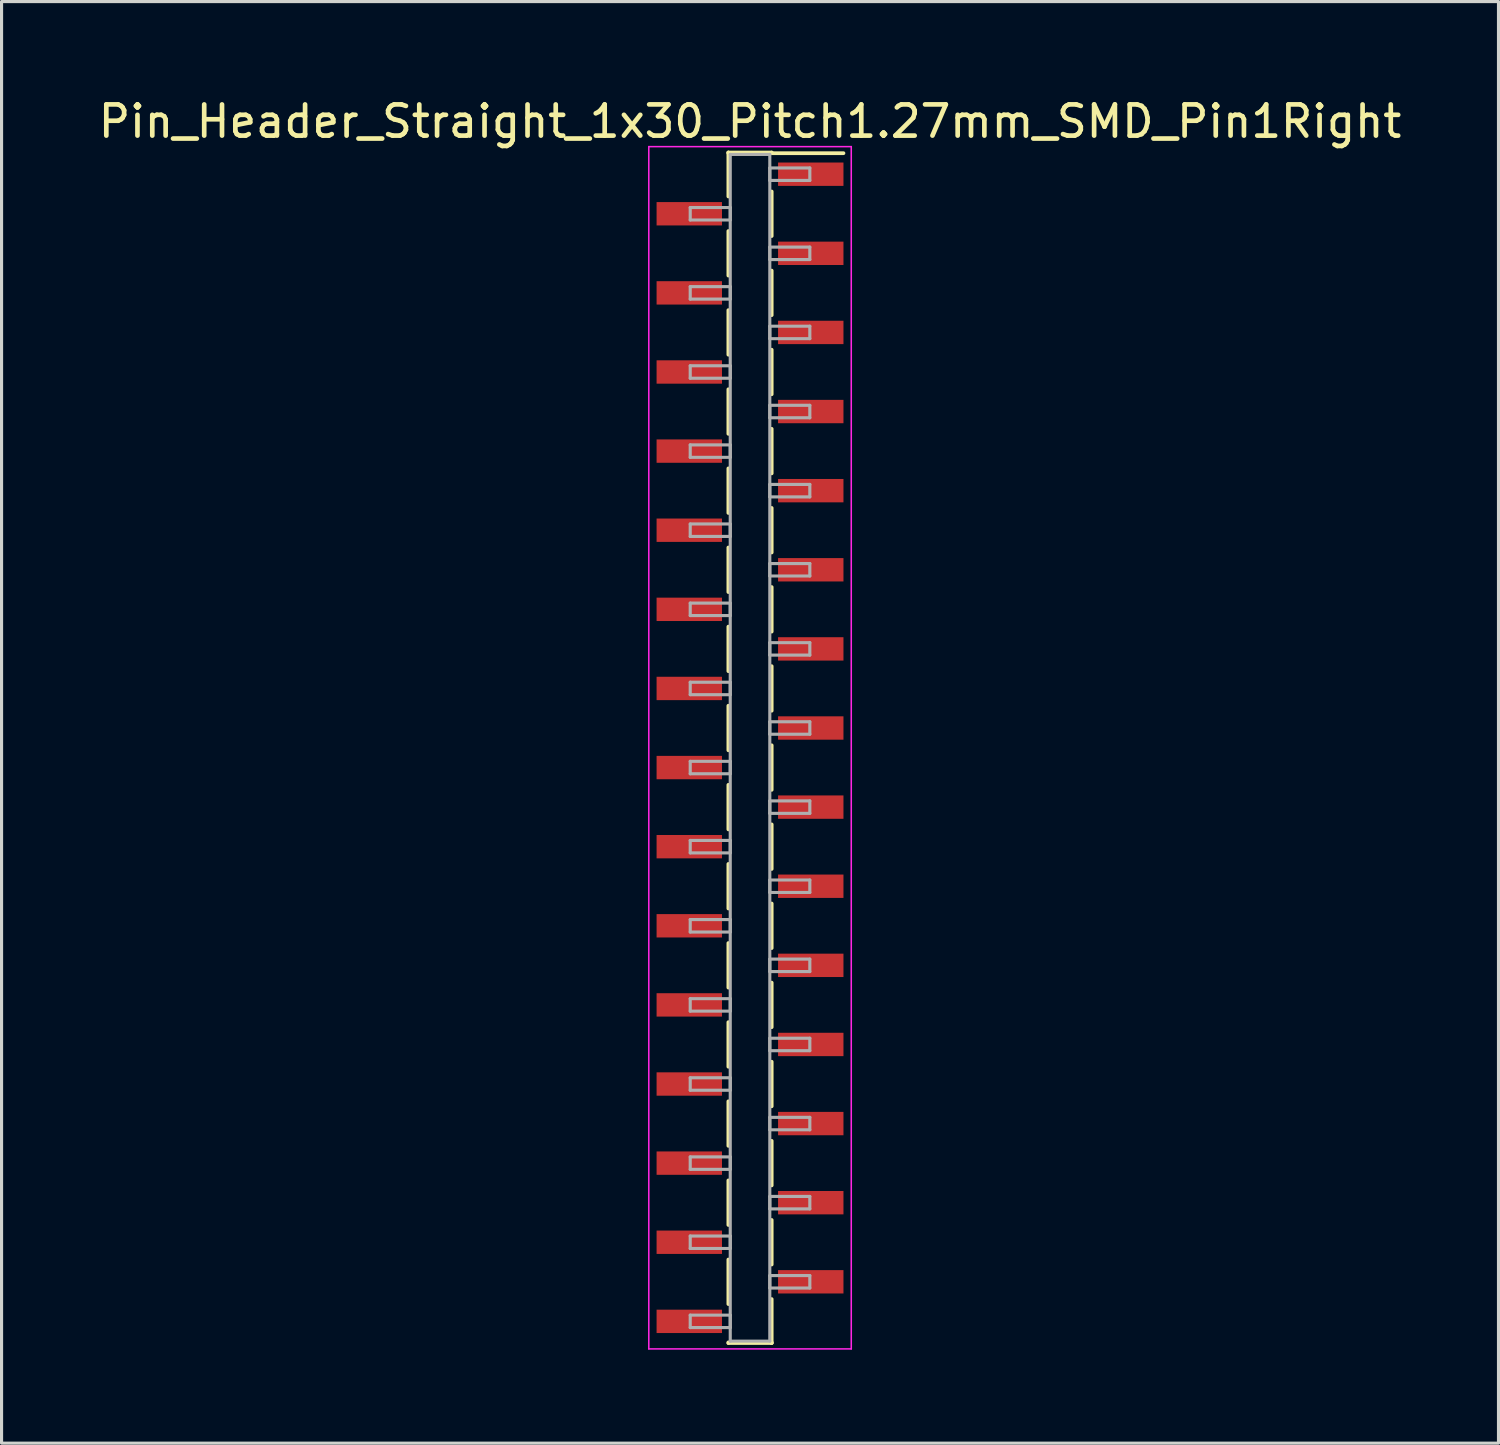
<source format=kicad_pcb>
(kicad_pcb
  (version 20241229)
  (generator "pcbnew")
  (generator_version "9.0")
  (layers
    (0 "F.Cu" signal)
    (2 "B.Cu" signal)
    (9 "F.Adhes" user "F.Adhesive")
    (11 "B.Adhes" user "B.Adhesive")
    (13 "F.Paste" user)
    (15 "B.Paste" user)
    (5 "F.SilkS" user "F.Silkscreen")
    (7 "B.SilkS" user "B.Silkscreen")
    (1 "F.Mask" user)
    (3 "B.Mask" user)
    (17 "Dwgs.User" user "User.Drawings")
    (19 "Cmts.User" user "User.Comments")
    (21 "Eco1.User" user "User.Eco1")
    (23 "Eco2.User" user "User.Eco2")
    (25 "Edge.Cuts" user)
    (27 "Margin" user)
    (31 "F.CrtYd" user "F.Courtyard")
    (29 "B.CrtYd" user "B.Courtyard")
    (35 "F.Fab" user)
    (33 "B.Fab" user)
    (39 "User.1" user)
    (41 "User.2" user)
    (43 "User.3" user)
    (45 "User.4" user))
  (footprint "Pin_Header_Straight_1x30_Pitch1.27mm_SMD_Pin1Right"
    (layer "F.Cu")
    (at 21.03 20.958)
    (property "Reference" "Pin_Header_Straight_1x30_Pitch1.27mm_SMD_Pin1Right" (at 0 -20.11 0) (layer "F.SilkS") (effects (font (size 1 1) (thickness 0.15))))
    (attr smd)
    (fp_line (start -0.695 -19.11) (end -0.695 -17.7) (stroke (width 0.12) (type solid)) (layer "F.SilkS"))
    (fp_line (start -0.695 -19.11) (end 0.695 -19.11) (stroke (width 0.12) (type solid)) (layer "F.SilkS"))
    (fp_line (start -0.695 -19.09) (end -0.695 -19.11) (stroke (width 0.12) (type solid)) (layer "F.SilkS"))
    (fp_line (start -0.695 -16.59) (end -0.695 -15.16) (stroke (width 0.12) (type solid)) (layer "F.SilkS"))
    (fp_line (start -0.695 -14.05) (end -0.695 -12.62) (stroke (width 0.12) (type solid)) (layer "F.SilkS"))
    (fp_line (start -0.695 -11.51) (end -0.695 -10.08) (stroke (width 0.12) (type solid)) (layer "F.SilkS"))
    (fp_line (start -0.695 -8.97) (end -0.695 -7.54) (stroke (width 0.12) (type solid)) (layer "F.SilkS"))
    (fp_line (start -0.695 -6.43) (end -0.695 -5) (stroke (width 0.12) (type solid)) (layer "F.SilkS"))
    (fp_line (start -0.695 -3.89) (end -0.695 -2.46) (stroke (width 0.12) (type solid)) (layer "F.SilkS"))
    (fp_line (start -0.695 -1.35) (end -0.695 0.08) (stroke (width 0.12) (type solid)) (layer "F.SilkS"))
    (fp_line (start -0.695 1.19) (end -0.695 2.62) (stroke (width 0.12) (type solid)) (layer "F.SilkS"))
    (fp_line (start -0.695 3.73) (end -0.695 5.16) (stroke (width 0.12) (type solid)) (layer "F.SilkS"))
    (fp_line (start -0.695 6.27) (end -0.695 7.7) (stroke (width 0.12) (type solid)) (layer "F.SilkS"))
    (fp_line (start -0.695 8.81) (end -0.695 10.24) (stroke (width 0.12) (type solid)) (layer "F.SilkS"))
    (fp_line (start -0.695 11.35) (end -0.695 12.78) (stroke (width 0.12) (type solid)) (layer "F.SilkS"))
    (fp_line (start -0.695 13.89) (end -0.695 15.32) (stroke (width 0.12) (type solid)) (layer "F.SilkS"))
    (fp_line (start -0.695 16.43) (end -0.695 17.86) (stroke (width 0.12) (type solid)) (layer "F.SilkS"))
    (fp_line (start -0.695 19.09) (end -0.695 19.11) (stroke (width 0.12) (type solid)) (layer "F.SilkS"))
    (fp_line (start -0.695 19.11) (end 0.695 19.11) (stroke (width 0.12) (type solid)) (layer "F.SilkS"))
    (fp_line (start 0.695 -19.11) (end 0.695 -19.09) (stroke (width 0.12) (type solid)) (layer "F.SilkS"))
    (fp_line (start 0.695 -19.09) (end 3 -19.09) (stroke (width 0.12) (type solid)) (layer "F.SilkS"))
    (fp_line (start 0.695 -17.86) (end 0.695 -16.43) (stroke (width 0.12) (type solid)) (layer "F.SilkS"))
    (fp_line (start 0.695 -15.32) (end 0.695 -13.89) (stroke (width 0.12) (type solid)) (layer "F.SilkS"))
    (fp_line (start 0.695 -12.78) (end 0.695 -11.35) (stroke (width 0.12) (type solid)) (layer "F.SilkS"))
    (fp_line (start 0.695 -10.24) (end 0.695 -8.81) (stroke (width 0.12) (type solid)) (layer "F.SilkS"))
    (fp_line (start 0.695 -7.7) (end 0.695 -6.27) (stroke (width 0.12) (type solid)) (layer "F.SilkS"))
    (fp_line (start 0.695 -5.16) (end 0.695 -3.73) (stroke (width 0.12) (type solid)) (layer "F.SilkS"))
    (fp_line (start 0.695 -2.62) (end 0.695 -1.19) (stroke (width 0.12) (type solid)) (layer "F.SilkS"))
    (fp_line (start 0.695 -0.08) (end 0.695 1.35) (stroke (width 0.12) (type solid)) (layer "F.SilkS"))
    (fp_line (start 0.695 2.46) (end 0.695 3.89) (stroke (width 0.12) (type solid)) (layer "F.SilkS"))
    (fp_line (start 0.695 5) (end 0.695 6.43) (stroke (width 0.12) (type solid)) (layer "F.SilkS"))
    (fp_line (start 0.695 7.54) (end 0.695 8.97) (stroke (width 0.12) (type solid)) (layer "F.SilkS"))
    (fp_line (start 0.695 10.08) (end 0.695 11.51) (stroke (width 0.12) (type solid)) (layer "F.SilkS"))
    (fp_line (start 0.695 12.62) (end 0.695 14.05) (stroke (width 0.12) (type solid)) (layer "F.SilkS"))
    (fp_line (start 0.695 15.16) (end 0.695 16.59) (stroke (width 0.12) (type solid)) (layer "F.SilkS"))
    (fp_line (start 0.695 17.7) (end 0.695 19.11) (stroke (width 0.12) (type solid)) (layer "F.SilkS"))
    (fp_line (start 0.695 19.11) (end 0.695 19.09) (stroke (width 0.12) (type solid)) (layer "F.SilkS"))
    (fp_line (start -3.25 -19.3) (end -3.25 19.3) (stroke (width 0.05) (type solid)) (layer "F.CrtYd"))
    (fp_line (start -3.25 19.3) (end 3.25 19.3) (stroke (width 0.05) (type solid)) (layer "F.CrtYd"))
    (fp_line (start 3.25 -19.3) (end -3.25 -19.3) (stroke (width 0.05) (type solid)) (layer "F.CrtYd"))
    (fp_line (start 3.25 19.3) (end 3.25 -19.3) (stroke (width 0.05) (type solid)) (layer "F.CrtYd"))
    (fp_line (start -1.92 -17.345) (end -0.635 -17.345) (stroke (width 0.1) (type solid)) (layer "F.Fab"))
    (fp_line (start -1.92 -16.945) (end -1.92 -17.345) (stroke (width 0.1) (type solid)) (layer "F.Fab"))
    (fp_line (start -1.92 -14.805) (end -0.635 -14.805) (stroke (width 0.1) (type solid)) (layer "F.Fab"))
    (fp_line (start -1.92 -14.405) (end -1.92 -14.805) (stroke (width 0.1) (type solid)) (layer "F.Fab"))
    (fp_line (start -1.92 -12.265) (end -0.635 -12.265) (stroke (width 0.1) (type solid)) (layer "F.Fab"))
    (fp_line (start -1.92 -11.865) (end -1.92 -12.265) (stroke (width 0.1) (type solid)) (layer "F.Fab"))
    (fp_line (start -1.92 -9.725) (end -0.635 -9.725) (stroke (width 0.1) (type solid)) (layer "F.Fab"))
    (fp_line (start -1.92 -9.325) (end -1.92 -9.725) (stroke (width 0.1) (type solid)) (layer "F.Fab"))
    (fp_line (start -1.92 -7.185) (end -0.635 -7.185) (stroke (width 0.1) (type solid)) (layer "F.Fab"))
    (fp_line (start -1.92 -6.785) (end -1.92 -7.185) (stroke (width 0.1) (type solid)) (layer "F.Fab"))
    (fp_line (start -1.92 -4.645) (end -0.635 -4.645) (stroke (width 0.1) (type solid)) (layer "F.Fab"))
    (fp_line (start -1.92 -4.245) (end -1.92 -4.645) (stroke (width 0.1) (type solid)) (layer "F.Fab"))
    (fp_line (start -1.92 -2.105) (end -0.635 -2.105) (stroke (width 0.1) (type solid)) (layer "F.Fab"))
    (fp_line (start -1.92 -1.705) (end -1.92 -2.105) (stroke (width 0.1) (type solid)) (layer "F.Fab"))
    (fp_line (start -1.92 0.435) (end -0.635 0.435) (stroke (width 0.1) (type solid)) (layer "F.Fab"))
    (fp_line (start -1.92 0.835) (end -1.92 0.435) (stroke (width 0.1) (type solid)) (layer "F.Fab"))
    (fp_line (start -1.92 2.975) (end -0.635 2.975) (stroke (width 0.1) (type solid)) (layer "F.Fab"))
    (fp_line (start -1.92 3.375) (end -1.92 2.975) (stroke (width 0.1) (type solid)) (layer "F.Fab"))
    (fp_line (start -1.92 5.515) (end -0.635 5.515) (stroke (width 0.1) (type solid)) (layer "F.Fab"))
    (fp_line (start -1.92 5.915) (end -1.92 5.515) (stroke (width 0.1) (type solid)) (layer "F.Fab"))
    (fp_line (start -1.92 8.055) (end -0.635 8.055) (stroke (width 0.1) (type solid)) (layer "F.Fab"))
    (fp_line (start -1.92 8.455) (end -1.92 8.055) (stroke (width 0.1) (type solid)) (layer "F.Fab"))
    (fp_line (start -1.92 10.595) (end -0.635 10.595) (stroke (width 0.1) (type solid)) (layer "F.Fab"))
    (fp_line (start -1.92 10.995) (end -1.92 10.595) (stroke (width 0.1) (type solid)) (layer "F.Fab"))
    (fp_line (start -1.92 13.135) (end -0.635 13.135) (stroke (width 0.1) (type solid)) (layer "F.Fab"))
    (fp_line (start -1.92 13.535) (end -1.92 13.135) (stroke (width 0.1) (type solid)) (layer "F.Fab"))
    (fp_line (start -1.92 15.675) (end -0.635 15.675) (stroke (width 0.1) (type solid)) (layer "F.Fab"))
    (fp_line (start -1.92 16.075) (end -1.92 15.675) (stroke (width 0.1) (type solid)) (layer "F.Fab"))
    (fp_line (start -1.92 18.215) (end -0.635 18.215) (stroke (width 0.1) (type solid)) (layer "F.Fab"))
    (fp_line (start -1.92 18.615) (end -1.92 18.215) (stroke (width 0.1) (type solid)) (layer "F.Fab"))
    (fp_line (start -0.635 -19.05) (end -0.635 19.05) (stroke (width 0.1) (type solid)) (layer "F.Fab"))
    (fp_line (start -0.635 -17.345) (end -0.635 -16.945) (stroke (width 0.1) (type solid)) (layer "F.Fab"))
    (fp_line (start -0.635 -16.945) (end -1.92 -16.945) (stroke (width 0.1) (type solid)) (layer "F.Fab"))
    (fp_line (start -0.635 -14.805) (end -0.635 -14.405) (stroke (width 0.1) (type solid)) (layer "F.Fab"))
    (fp_line (start -0.635 -14.405) (end -1.92 -14.405) (stroke (width 0.1) (type solid)) (layer "F.Fab"))
    (fp_line (start -0.635 -12.265) (end -0.635 -11.865) (stroke (width 0.1) (type solid)) (layer "F.Fab"))
    (fp_line (start -0.635 -11.865) (end -1.92 -11.865) (stroke (width 0.1) (type solid)) (layer "F.Fab"))
    (fp_line (start -0.635 -9.725) (end -0.635 -9.325) (stroke (width 0.1) (type solid)) (layer "F.Fab"))
    (fp_line (start -0.635 -9.325) (end -1.92 -9.325) (stroke (width 0.1) (type solid)) (layer "F.Fab"))
    (fp_line (start -0.635 -7.185) (end -0.635 -6.785) (stroke (width 0.1) (type solid)) (layer "F.Fab"))
    (fp_line (start -0.635 -6.785) (end -1.92 -6.785) (stroke (width 0.1) (type solid)) (layer "F.Fab"))
    (fp_line (start -0.635 -4.645) (end -0.635 -4.245) (stroke (width 0.1) (type solid)) (layer "F.Fab"))
    (fp_line (start -0.635 -4.245) (end -1.92 -4.245) (stroke (width 0.1) (type solid)) (layer "F.Fab"))
    (fp_line (start -0.635 -2.105) (end -0.635 -1.705) (stroke (width 0.1) (type solid)) (layer "F.Fab"))
    (fp_line (start -0.635 -1.705) (end -1.92 -1.705) (stroke (width 0.1) (type solid)) (layer "F.Fab"))
    (fp_line (start -0.635 0.435) (end -0.635 0.835) (stroke (width 0.1) (type solid)) (layer "F.Fab"))
    (fp_line (start -0.635 0.835) (end -1.92 0.835) (stroke (width 0.1) (type solid)) (layer "F.Fab"))
    (fp_line (start -0.635 2.975) (end -0.635 3.375) (stroke (width 0.1) (type solid)) (layer "F.Fab"))
    (fp_line (start -0.635 3.375) (end -1.92 3.375) (stroke (width 0.1) (type solid)) (layer "F.Fab"))
    (fp_line (start -0.635 5.515) (end -0.635 5.915) (stroke (width 0.1) (type solid)) (layer "F.Fab"))
    (fp_line (start -0.635 5.915) (end -1.92 5.915) (stroke (width 0.1) (type solid)) (layer "F.Fab"))
    (fp_line (start -0.635 8.055) (end -0.635 8.455) (stroke (width 0.1) (type solid)) (layer "F.Fab"))
    (fp_line (start -0.635 8.455) (end -1.92 8.455) (stroke (width 0.1) (type solid)) (layer "F.Fab"))
    (fp_line (start -0.635 10.595) (end -0.635 10.995) (stroke (width 0.1) (type solid)) (layer "F.Fab"))
    (fp_line (start -0.635 10.995) (end -1.92 10.995) (stroke (width 0.1) (type solid)) (layer "F.Fab"))
    (fp_line (start -0.635 13.135) (end -0.635 13.535) (stroke (width 0.1) (type solid)) (layer "F.Fab"))
    (fp_line (start -0.635 13.535) (end -1.92 13.535) (stroke (width 0.1) (type solid)) (layer "F.Fab"))
    (fp_line (start -0.635 15.675) (end -0.635 16.075) (stroke (width 0.1) (type solid)) (layer "F.Fab"))
    (fp_line (start -0.635 16.075) (end -1.92 16.075) (stroke (width 0.1) (type solid)) (layer "F.Fab"))
    (fp_line (start -0.635 18.215) (end -0.635 18.615) (stroke (width 0.1) (type solid)) (layer "F.Fab"))
    (fp_line (start -0.635 18.615) (end -1.92 18.615) (stroke (width 0.1) (type solid)) (layer "F.Fab"))
    (fp_line (start -0.635 19.05) (end 0.635 19.05) (stroke (width 0.1) (type solid)) (layer "F.Fab"))
    (fp_line (start 0.635 -19.05) (end -0.635 -19.05) (stroke (width 0.1) (type solid)) (layer "F.Fab"))
    (fp_line (start 0.635 -18.615) (end 0.635 -18.215) (stroke (width 0.1) (type solid)) (layer "F.Fab"))
    (fp_line (start 0.635 -18.215) (end 1.92 -18.215) (stroke (width 0.1) (type solid)) (layer "F.Fab"))
    (fp_line (start 0.635 -16.075) (end 0.635 -15.675) (stroke (width 0.1) (type solid)) (layer "F.Fab"))
    (fp_line (start 0.635 -15.675) (end 1.92 -15.675) (stroke (width 0.1) (type solid)) (layer "F.Fab"))
    (fp_line (start 0.635 -13.535) (end 0.635 -13.135) (stroke (width 0.1) (type solid)) (layer "F.Fab"))
    (fp_line (start 0.635 -13.135) (end 1.92 -13.135) (stroke (width 0.1) (type solid)) (layer "F.Fab"))
    (fp_line (start 0.635 -10.995) (end 0.635 -10.595) (stroke (width 0.1) (type solid)) (layer "F.Fab"))
    (fp_line (start 0.635 -10.595) (end 1.92 -10.595) (stroke (width 0.1) (type solid)) (layer "F.Fab"))
    (fp_line (start 0.635 -8.455) (end 0.635 -8.055) (stroke (width 0.1) (type solid)) (layer "F.Fab"))
    (fp_line (start 0.635 -8.055) (end 1.92 -8.055) (stroke (width 0.1) (type solid)) (layer "F.Fab"))
    (fp_line (start 0.635 -5.915) (end 0.635 -5.515) (stroke (width 0.1) (type solid)) (layer "F.Fab"))
    (fp_line (start 0.635 -5.515) (end 1.92 -5.515) (stroke (width 0.1) (type solid)) (layer "F.Fab"))
    (fp_line (start 0.635 -3.375) (end 0.635 -2.975) (stroke (width 0.1) (type solid)) (layer "F.Fab"))
    (fp_line (start 0.635 -2.975) (end 1.92 -2.975) (stroke (width 0.1) (type solid)) (layer "F.Fab"))
    (fp_line (start 0.635 -0.835) (end 0.635 -0.435) (stroke (width 0.1) (type solid)) (layer "F.Fab"))
    (fp_line (start 0.635 -0.435) (end 1.92 -0.435) (stroke (width 0.1) (type solid)) (layer "F.Fab"))
    (fp_line (start 0.635 1.705) (end 0.635 2.105) (stroke (width 0.1) (type solid)) (layer "F.Fab"))
    (fp_line (start 0.635 2.105) (end 1.92 2.105) (stroke (width 0.1) (type solid)) (layer "F.Fab"))
    (fp_line (start 0.635 4.245) (end 0.635 4.645) (stroke (width 0.1) (type solid)) (layer "F.Fab"))
    (fp_line (start 0.635 4.645) (end 1.92 4.645) (stroke (width 0.1) (type solid)) (layer "F.Fab"))
    (fp_line (start 0.635 6.785) (end 0.635 7.185) (stroke (width 0.1) (type solid)) (layer "F.Fab"))
    (fp_line (start 0.635 7.185) (end 1.92 7.185) (stroke (width 0.1) (type solid)) (layer "F.Fab"))
    (fp_line (start 0.635 9.325) (end 0.635 9.725) (stroke (width 0.1) (type solid)) (layer "F.Fab"))
    (fp_line (start 0.635 9.725) (end 1.92 9.725) (stroke (width 0.1) (type solid)) (layer "F.Fab"))
    (fp_line (start 0.635 11.865) (end 0.635 12.265) (stroke (width 0.1) (type solid)) (layer "F.Fab"))
    (fp_line (start 0.635 12.265) (end 1.92 12.265) (stroke (width 0.1) (type solid)) (layer "F.Fab"))
    (fp_line (start 0.635 14.405) (end 0.635 14.805) (stroke (width 0.1) (type solid)) (layer "F.Fab"))
    (fp_line (start 0.635 14.805) (end 1.92 14.805) (stroke (width 0.1) (type solid)) (layer "F.Fab"))
    (fp_line (start 0.635 16.945) (end 0.635 17.345) (stroke (width 0.1) (type solid)) (layer "F.Fab"))
    (fp_line (start 0.635 17.345) (end 1.92 17.345) (stroke (width 0.1) (type solid)) (layer "F.Fab"))
    (fp_line (start 0.635 19.05) (end 0.635 -19.05) (stroke (width 0.1) (type solid)) (layer "F.Fab"))
    (fp_line (start 1.92 -18.615) (end 0.635 -18.615) (stroke (width 0.1) (type solid)) (layer "F.Fab"))
    (fp_line (start 1.92 -18.215) (end 1.92 -18.615) (stroke (width 0.1) (type solid)) (layer "F.Fab"))
    (fp_line (start 1.92 -16.075) (end 0.635 -16.075) (stroke (width 0.1) (type solid)) (layer "F.Fab"))
    (fp_line (start 1.92 -15.675) (end 1.92 -16.075) (stroke (width 0.1) (type solid)) (layer "F.Fab"))
    (fp_line (start 1.92 -13.535) (end 0.635 -13.535) (stroke (width 0.1) (type solid)) (layer "F.Fab"))
    (fp_line (start 1.92 -13.135) (end 1.92 -13.535) (stroke (width 0.1) (type solid)) (layer "F.Fab"))
    (fp_line (start 1.92 -10.995) (end 0.635 -10.995) (stroke (width 0.1) (type solid)) (layer "F.Fab"))
    (fp_line (start 1.92 -10.595) (end 1.92 -10.995) (stroke (width 0.1) (type solid)) (layer "F.Fab"))
    (fp_line (start 1.92 -8.455) (end 0.635 -8.455) (stroke (width 0.1) (type solid)) (layer "F.Fab"))
    (fp_line (start 1.92 -8.055) (end 1.92 -8.455) (stroke (width 0.1) (type solid)) (layer "F.Fab"))
    (fp_line (start 1.92 -5.915) (end 0.635 -5.915) (stroke (width 0.1) (type solid)) (layer "F.Fab"))
    (fp_line (start 1.92 -5.515) (end 1.92 -5.915) (stroke (width 0.1) (type solid)) (layer "F.Fab"))
    (fp_line (start 1.92 -3.375) (end 0.635 -3.375) (stroke (width 0.1) (type solid)) (layer "F.Fab"))
    (fp_line (start 1.92 -2.975) (end 1.92 -3.375) (stroke (width 0.1) (type solid)) (layer "F.Fab"))
    (fp_line (start 1.92 -0.835) (end 0.635 -0.835) (stroke (width 0.1) (type solid)) (layer "F.Fab"))
    (fp_line (start 1.92 -0.435) (end 1.92 -0.835) (stroke (width 0.1) (type solid)) (layer "F.Fab"))
    (fp_line (start 1.92 1.705) (end 0.635 1.705) (stroke (width 0.1) (type solid)) (layer "F.Fab"))
    (fp_line (start 1.92 2.105) (end 1.92 1.705) (stroke (width 0.1) (type solid)) (layer "F.Fab"))
    (fp_line (start 1.92 4.245) (end 0.635 4.245) (stroke (width 0.1) (type solid)) (layer "F.Fab"))
    (fp_line (start 1.92 4.645) (end 1.92 4.245) (stroke (width 0.1) (type solid)) (layer "F.Fab"))
    (fp_line (start 1.92 6.785) (end 0.635 6.785) (stroke (width 0.1) (type solid)) (layer "F.Fab"))
    (fp_line (start 1.92 7.185) (end 1.92 6.785) (stroke (width 0.1) (type solid)) (layer "F.Fab"))
    (fp_line (start 1.92 9.325) (end 0.635 9.325) (stroke (width 0.1) (type solid)) (layer "F.Fab"))
    (fp_line (start 1.92 9.725) (end 1.92 9.325) (stroke (width 0.1) (type solid)) (layer "F.Fab"))
    (fp_line (start 1.92 11.865) (end 0.635 11.865) (stroke (width 0.1) (type solid)) (layer "F.Fab"))
    (fp_line (start 1.92 12.265) (end 1.92 11.865) (stroke (width 0.1) (type solid)) (layer "F.Fab"))
    (fp_line (start 1.92 14.405) (end 0.635 14.405) (stroke (width 0.1) (type solid)) (layer "F.Fab"))
    (fp_line (start 1.92 14.805) (end 1.92 14.405) (stroke (width 0.1) (type solid)) (layer "F.Fab"))
    (fp_line (start 1.92 16.945) (end 0.635 16.945) (stroke (width 0.1) (type solid)) (layer "F.Fab"))
    (fp_line (start 1.92 17.345) (end 1.92 16.945) (stroke (width 0.1) (type solid)) (layer "F.Fab"))
    (pad "1" smd rect (at 1.95 -18.415) (size 2.1 0.75) (layers "F.Cu" "F.Mask"))
    (pad "2" smd rect (at -1.95 -17.145) (size 2.1 0.75) (layers "F.Cu" "F.Mask"))
    (pad "3" smd rect (at 1.95 -15.875) (size 2.1 0.75) (layers "F.Cu" "F.Mask"))
    (pad "4" smd rect (at -1.95 -14.605) (size 2.1 0.75) (layers "F.Cu" "F.Mask"))
    (pad "5" smd rect (at 1.95 -13.335) (size 2.1 0.75) (layers "F.Cu" "F.Mask"))
    (pad "6" smd rect (at -1.95 -12.065) (size 2.1 0.75) (layers "F.Cu" "F.Mask"))
    (pad "7" smd rect (at 1.95 -10.795) (size 2.1 0.75) (layers "F.Cu" "F.Mask"))
    (pad "8" smd rect (at -1.95 -9.525) (size 2.1 0.75) (layers "F.Cu" "F.Mask"))
    (pad "9" smd rect (at 1.95 -8.255) (size 2.1 0.75) (layers "F.Cu" "F.Mask"))
    (pad "10" smd rect (at -1.95 -6.985) (size 2.1 0.75) (layers "F.Cu" "F.Mask"))
    (pad "11" smd rect (at 1.95 -5.715) (size 2.1 0.75) (layers "F.Cu" "F.Mask"))
    (pad "12" smd rect (at -1.95 -4.445) (size 2.1 0.75) (layers "F.Cu" "F.Mask"))
    (pad "13" smd rect (at 1.95 -3.175) (size 2.1 0.75) (layers "F.Cu" "F.Mask"))
    (pad "14" smd rect (at -1.95 -1.905) (size 2.1 0.75) (layers "F.Cu" "F.Mask"))
    (pad "15" smd rect (at 1.95 -0.635) (size 2.1 0.75) (layers "F.Cu" "F.Mask"))
    (pad "16" smd rect (at -1.95 0.635) (size 2.1 0.75) (layers "F.Cu" "F.Mask"))
    (pad "17" smd rect (at 1.95 1.905) (size 2.1 0.75) (layers "F.Cu" "F.Mask"))
    (pad "18" smd rect (at -1.95 3.175) (size 2.1 0.75) (layers "F.Cu" "F.Mask"))
    (pad "19" smd rect (at 1.95 4.445) (size 2.1 0.75) (layers "F.Cu" "F.Mask"))
    (pad "20" smd rect (at -1.95 5.715) (size 2.1 0.75) (layers "F.Cu" "F.Mask"))
    (pad "21" smd rect (at 1.95 6.985) (size 2.1 0.75) (layers "F.Cu" "F.Mask"))
    (pad "22" smd rect (at -1.95 8.255) (size 2.1 0.75) (layers "F.Cu" "F.Mask"))
    (pad "23" smd rect (at 1.95 9.525) (size 2.1 0.75) (layers "F.Cu" "F.Mask"))
    (pad "24" smd rect (at -1.95 10.795) (size 2.1 0.75) (layers "F.Cu" "F.Mask"))
    (pad "25" smd rect (at 1.95 12.065) (size 2.1 0.75) (layers "F.Cu" "F.Mask"))
    (pad "26" smd rect (at -1.95 13.335) (size 2.1 0.75) (layers "F.Cu" "F.Mask"))
    (pad "27" smd rect (at 1.95 14.605) (size 2.1 0.75) (layers "F.Cu" "F.Mask"))
    (pad "28" smd rect (at -1.95 15.875) (size 2.1 0.75) (layers "F.Cu" "F.Mask"))
    (pad "29" smd rect (at 1.95 17.145) (size 2.1 0.75) (layers "F.Cu" "F.Mask"))
    (pad "30" smd rect (at -1.95 18.415) (size 2.1 0.75) (layers "F.Cu" "F.Mask")))
  (gr_rect
    (start -3 -3)
    (end 45.06 43.283)
    (stroke (width 0.1) (type default))
    (fill no)
    (layer "Edge.Cuts")))
</source>
